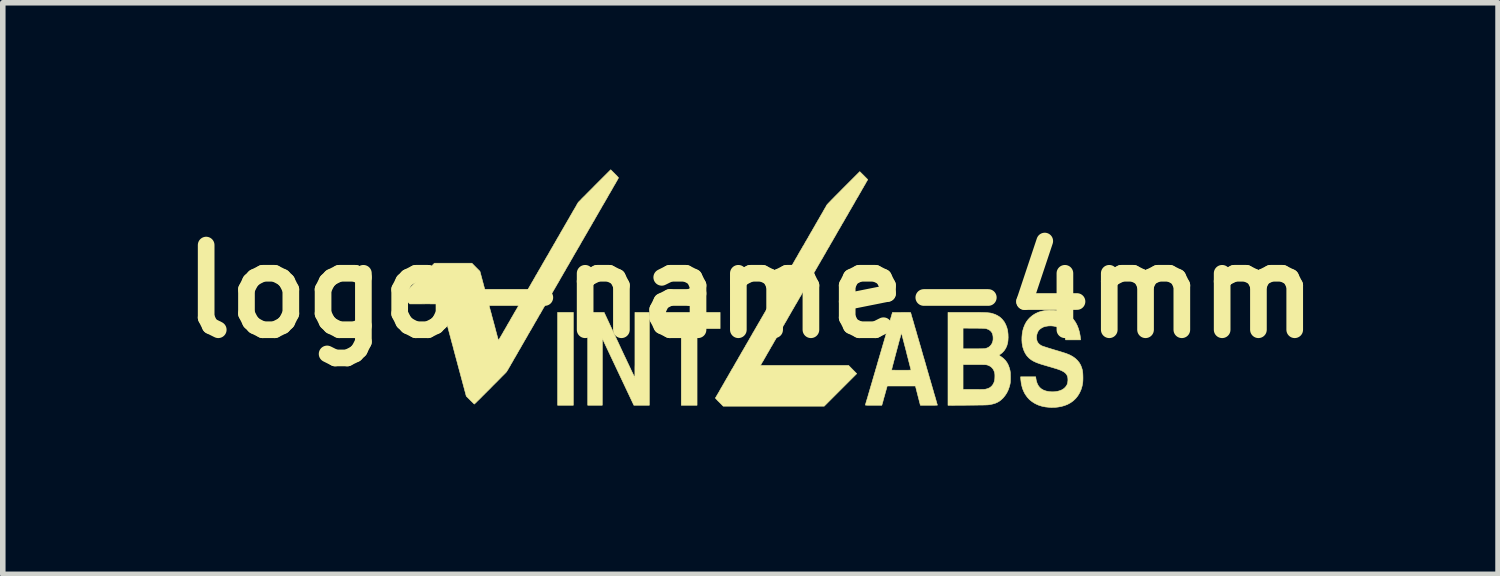
<source format=kicad_pcb>
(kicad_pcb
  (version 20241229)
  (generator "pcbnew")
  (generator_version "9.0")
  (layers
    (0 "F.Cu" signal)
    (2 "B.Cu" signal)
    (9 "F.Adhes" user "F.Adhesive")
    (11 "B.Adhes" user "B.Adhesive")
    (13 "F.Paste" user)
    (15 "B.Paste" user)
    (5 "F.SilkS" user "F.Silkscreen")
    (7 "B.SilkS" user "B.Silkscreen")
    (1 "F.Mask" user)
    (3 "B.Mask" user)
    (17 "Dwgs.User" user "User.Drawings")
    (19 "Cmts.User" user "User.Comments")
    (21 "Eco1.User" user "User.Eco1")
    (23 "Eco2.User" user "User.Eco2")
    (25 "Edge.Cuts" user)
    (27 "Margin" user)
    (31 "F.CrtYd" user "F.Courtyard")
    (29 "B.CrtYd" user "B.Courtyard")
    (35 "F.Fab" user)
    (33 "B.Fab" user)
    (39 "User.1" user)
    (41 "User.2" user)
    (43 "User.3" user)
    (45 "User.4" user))
  (footprint "logo-name-4mm"
    (layer "F.Cu")
    (at 10.458 2.196)
    (property "Reference" "logo-name-4mm" (at 0 0 0) (layer "F.SilkS") (effects (font (size 1.524 1.524) (thickness 0.3))))
    (attr through_hole)
    (fp_poly (pts (xy -3.188 2.049) (xy -3.471 2.049) (xy -3.471 0.377) (xy -3.188 0.377) (xy -3.188 2.049)) (stroke (width 0.01) (type solid)) (fill yes) (layer "F.SilkS"))
    (fp_poly (pts (xy -0.546 0.669) (xy -0.961 0.669) (xy -0.961 2.049) (xy -1.245 2.049) (xy -1.245 0.669) (xy -1.655 0.669) (xy -1.655 0.377) (xy -0.546 0.377) (xy -0.546 0.669)) (stroke (width 0.01) (type solid)) (fill yes) (layer "F.SilkS"))
    (fp_poly (pts (xy -2.36 0.963) (xy -2.329 1.03) (xy -2.299 1.094) (xy -2.27 1.156) (xy -2.242 1.214) (xy -2.216 1.27) (xy -2.191 1.322) (xy -2.169 1.369) (xy -2.149 1.412) (xy -2.131 1.45) (xy -2.115 1.482) (xy -2.102 1.509) (xy -2.093 1.529) (xy -2.086 1.542) (xy -2.082 1.549) (xy -2.082 1.549) (xy -2.082 1.545) (xy -2.081 1.533) (xy -2.081 1.513) (xy -2.08 1.487) (xy -2.08 1.454) (xy -2.08 1.414) (xy -2.08 1.369) (xy -2.079 1.32) (xy -2.079 1.265) (xy -2.079 1.206) (xy -2.079 1.144) (xy -2.079 1.078) (xy -2.079 1.01) (xy -2.079 0.963) (xy -2.079 0.377) (xy -1.82 0.377) (xy -1.82 2.049) (xy -2.098 2.049) (xy -2.665 0.848) (xy -2.666 1.449) (xy -2.667 2.049) (xy -2.929 2.049) (xy -2.929 0.377) (xy -2.634 0.377) (xy -2.36 0.963)) (stroke (width 0.01) (type solid)) (fill yes) (layer "F.SilkS"))
    (fp_poly (pts (xy 2.821 0.377) (xy 2.842 0.378) (xy 2.858 0.378) (xy 2.869 0.379) (xy 2.877 0.379) (xy 2.881 0.381) (xy 2.883 0.382) (xy 2.885 0.384) (xy 2.885 0.384) (xy 2.887 0.391) (xy 2.891 0.406) (xy 2.897 0.428) (xy 2.905 0.456) (xy 2.915 0.49) (xy 2.927 0.53) (xy 2.94 0.575) (xy 2.954 0.625) (xy 2.97 0.679) (xy 2.987 0.737) (xy 3.004 0.798) (xy 3.023 0.862) (xy 3.042 0.928) (xy 3.062 0.996) (xy 3.082 1.066) (xy 3.102 1.137) (xy 3.123 1.208) (xy 3.144 1.279) (xy 3.164 1.35) (xy 3.184 1.42) (xy 3.204 1.488) (xy 3.223 1.555) (xy 3.242 1.619) (xy 3.26 1.681) (xy 3.277 1.74) (xy 3.293 1.795) (xy 3.307 1.845) (xy 3.321 1.891) (xy 3.333 1.932) (xy 3.343 1.968) (xy 3.351 1.998) (xy 3.358 2.021) (xy 3.363 2.037) (xy 3.365 2.046) (xy 3.365 2.047) (xy 3.361 2.047) (xy 3.35 2.048) (xy 3.332 2.048) (xy 3.308 2.049) (xy 3.279 2.049) (xy 3.247 2.049) (xy 3.212 2.049) (xy 3.059 2.049) (xy 3.014 1.875) (xy 2.97 1.702) (xy 2.462 1.702) (xy 2.426 1.83) (xy 2.417 1.864) (xy 2.407 1.898) (xy 2.398 1.93) (xy 2.39 1.959) (xy 2.384 1.983) (xy 2.379 2) (xy 2.378 2.003) (xy 2.365 2.049) (xy 2.216 2.049) (xy 2.176 2.049) (xy 2.144 2.049) (xy 2.118 2.049) (xy 2.099 2.048) (xy 2.085 2.047) (xy 2.076 2.047) (xy 2.071 2.046) (xy 2.069 2.044) (xy 2.069 2.043) (xy 2.07 2.038) (xy 2.074 2.026) (xy 2.079 2.006) (xy 2.087 1.979) (xy 2.097 1.946) (xy 2.109 1.907) (xy 2.122 1.861) (xy 2.137 1.81) (xy 2.153 1.755) (xy 2.171 1.694) (xy 2.19 1.63) (xy 2.21 1.561) (xy 2.231 1.489) (xy 2.253 1.415) (xy 2.54 1.415) (xy 2.54 1.415) (xy 2.544 1.416) (xy 2.556 1.416) (xy 2.574 1.417) (xy 2.598 1.417) (xy 2.628 1.418) (xy 2.661 1.418) (xy 2.697 1.418) (xy 2.716 1.418) (xy 2.761 1.418) (xy 2.798 1.418) (xy 2.828 1.418) (xy 2.851 1.417) (xy 2.868 1.417) (xy 2.88 1.416) (xy 2.887 1.415) (xy 2.89 1.414) (xy 2.89 1.413) (xy 2.889 1.408) (xy 2.886 1.396) (xy 2.881 1.376) (xy 2.874 1.351) (xy 2.866 1.319) (xy 2.857 1.283) (xy 2.846 1.242) (xy 2.835 1.197) (xy 2.822 1.149) (xy 2.81 1.099) (xy 2.805 1.079) (xy 2.792 1.028) (xy 2.779 0.98) (xy 2.767 0.934) (xy 2.756 0.891) (xy 2.746 0.854) (xy 2.738 0.82) (xy 2.73 0.793) (xy 2.725 0.771) (xy 2.72 0.756) (xy 2.718 0.749) (xy 2.718 0.748) (xy 2.717 0.752) (xy 2.713 0.763) (xy 2.708 0.781) (xy 2.702 0.804) (xy 2.694 0.833) (xy 2.684 0.867) (xy 2.674 0.904) (xy 2.663 0.945) (xy 2.652 0.987) (xy 2.64 1.031) (xy 2.628 1.076) (xy 2.616 1.121) (xy 2.604 1.166) (xy 2.593 1.209) (xy 2.582 1.25) (xy 2.572 1.288) (xy 2.563 1.322) (xy 2.555 1.352) (xy 2.549 1.378) (xy 2.544 1.397) (xy 2.541 1.41) (xy 2.54 1.415) (xy 2.253 1.415) (xy 2.253 1.414) (xy 2.276 1.336) (xy 2.299 1.255) (xy 2.313 1.208) (xy 2.556 0.379) (xy 2.719 0.378) (xy 2.761 0.378) (xy 2.794 0.377) (xy 2.821 0.377)) (stroke (width 0.01) (type solid)) (fill yes) (layer "F.SilkS"))
    (fp_poly (pts (xy 3.877 0.377) (xy 3.946 0.377) (xy 4.007 0.377) (xy 4.062 0.377) (xy 4.109 0.378) (xy 4.15 0.378) (xy 4.186 0.379) (xy 4.217 0.38) (xy 4.244 0.381) (xy 4.267 0.383) (xy 4.288 0.385) (xy 4.305 0.387) (xy 4.321 0.389) (xy 4.335 0.392) (xy 4.349 0.396) (xy 4.349 0.396) (xy 4.403 0.413) (xy 4.453 0.438) (xy 4.497 0.468) (xy 4.535 0.505) (xy 4.568 0.547) (xy 4.594 0.595) (xy 4.615 0.648) (xy 4.63 0.706) (xy 4.637 0.768) (xy 4.639 0.834) (xy 4.638 0.84) (xy 4.637 0.865) (xy 4.635 0.89) (xy 4.632 0.913) (xy 4.629 0.929) (xy 4.615 0.979) (xy 4.594 1.025) (xy 4.566 1.067) (xy 4.533 1.103) (xy 4.494 1.132) (xy 4.493 1.134) (xy 4.482 1.141) (xy 4.476 1.146) (xy 4.475 1.148) (xy 4.478 1.151) (xy 4.487 1.157) (xy 4.5 1.167) (xy 4.513 1.175) (xy 4.554 1.206) (xy 4.589 1.241) (xy 4.618 1.281) (xy 4.642 1.326) (xy 4.661 1.379) (xy 4.671 1.416) (xy 4.674 1.43) (xy 4.676 1.445) (xy 4.678 1.46) (xy 4.679 1.479) (xy 4.679 1.502) (xy 4.68 1.531) (xy 4.68 1.545) (xy 4.68 1.579) (xy 4.679 1.606) (xy 4.678 1.629) (xy 4.676 1.649) (xy 4.673 1.667) (xy 4.668 1.687) (xy 4.662 1.709) (xy 4.658 1.723) (xy 4.639 1.776) (xy 4.614 1.827) (xy 4.583 1.874) (xy 4.549 1.916) (xy 4.511 1.952) (xy 4.481 1.975) (xy 4.445 1.996) (xy 4.406 2.013) (xy 4.362 2.026) (xy 4.313 2.036) (xy 4.28 2.041) (xy 4.267 2.042) (xy 4.246 2.043) (xy 4.216 2.044) (xy 4.179 2.045) (xy 4.135 2.045) (xy 4.083 2.046) (xy 4.024 2.047) (xy 3.958 2.047) (xy 3.898 2.048) (xy 3.556 2.05) (xy 3.556 1.317) (xy 3.827 1.317) (xy 3.827 1.765) (xy 4.014 1.765) (xy 4.065 1.765) (xy 4.108 1.765) (xy 4.144 1.764) (xy 4.173 1.764) (xy 4.196 1.763) (xy 4.214 1.762) (xy 4.228 1.76) (xy 4.234 1.759) (xy 4.274 1.748) (xy 4.31 1.731) (xy 4.34 1.707) (xy 4.364 1.677) (xy 4.383 1.64) (xy 4.393 1.609) (xy 4.397 1.588) (xy 4.399 1.561) (xy 4.4 1.532) (xy 4.4 1.504) (xy 4.398 1.479) (xy 4.395 1.46) (xy 4.381 1.422) (xy 4.361 1.388) (xy 4.335 1.361) (xy 4.303 1.34) (xy 4.267 1.325) (xy 4.261 1.323) (xy 4.254 1.322) (xy 4.245 1.32) (xy 4.233 1.319) (xy 4.218 1.318) (xy 4.198 1.318) (xy 4.174 1.317) (xy 4.144 1.317) (xy 4.108 1.317) (xy 4.064 1.317) (xy 4.031 1.317) (xy 3.827 1.317) (xy 3.556 1.317) (xy 3.556 1.033) (xy 3.827 1.033) (xy 4.015 1.033) (xy 4.07 1.033) (xy 4.116 1.032) (xy 4.155 1.032) (xy 4.186 1.031) (xy 4.208 1.03) (xy 4.223 1.029) (xy 4.226 1.028) (xy 4.264 1.016) (xy 4.297 0.998) (xy 4.324 0.973) (xy 4.345 0.943) (xy 4.36 0.907) (xy 4.365 0.886) (xy 4.368 0.862) (xy 4.368 0.833) (xy 4.366 0.804) (xy 4.361 0.778) (xy 4.356 0.761) (xy 4.341 0.732) (xy 4.318 0.707) (xy 4.29 0.687) (xy 4.254 0.673) (xy 4.246 0.67) (xy 4.238 0.669) (xy 4.229 0.667) (xy 4.218 0.666) (xy 4.203 0.665) (xy 4.185 0.664) (xy 4.162 0.663) (xy 4.134 0.663) (xy 4.099 0.662) (xy 4.057 0.662) (xy 4.023 0.662) (xy 3.827 0.66) (xy 3.827 1.033) (xy 3.556 1.033) (xy 3.556 0.377) (xy 3.877 0.377)) (stroke (width 0.01) (type solid)) (fill yes) (layer "F.SilkS"))
    (fp_poly (pts (xy 5.45 0.339) (xy 5.456 0.339) (xy 5.525 0.347) (xy 5.59 0.361) (xy 5.649 0.382) (xy 5.704 0.41) (xy 5.753 0.445) (xy 5.79 0.479) (xy 5.81 0.5) (xy 5.826 0.519) (xy 5.84 0.538) (xy 5.854 0.56) (xy 5.862 0.574) (xy 5.885 0.62) (xy 5.905 0.673) (xy 5.922 0.731) (xy 5.934 0.792) (xy 5.941 0.848) (xy 5.943 0.872) (xy 5.673 0.872) (xy 5.67 0.856) (xy 5.659 0.804) (xy 5.644 0.759) (xy 5.624 0.721) (xy 5.599 0.689) (xy 5.569 0.664) (xy 5.534 0.644) (xy 5.493 0.631) (xy 5.46 0.624) (xy 5.409 0.619) (xy 5.361 0.621) (xy 5.316 0.628) (xy 5.274 0.64) (xy 5.238 0.659) (xy 5.207 0.682) (xy 5.204 0.684) (xy 5.181 0.712) (xy 5.165 0.745) (xy 5.154 0.781) (xy 5.149 0.819) (xy 5.151 0.857) (xy 5.16 0.894) (xy 5.165 0.906) (xy 5.179 0.928) (xy 5.199 0.949) (xy 5.224 0.968) (xy 5.246 0.98) (xy 5.257 0.984) (xy 5.274 0.99) (xy 5.298 0.998) (xy 5.327 1.007) (xy 5.36 1.018) (xy 5.396 1.029) (xy 5.435 1.041) (xy 5.465 1.05) (xy 5.505 1.062) (xy 5.543 1.073) (xy 5.579 1.084) (xy 5.611 1.094) (xy 5.639 1.103) (xy 5.662 1.11) (xy 5.678 1.115) (xy 5.686 1.118) (xy 5.747 1.143) (xy 5.801 1.172) (xy 5.847 1.205) (xy 5.886 1.242) (xy 5.919 1.283) (xy 5.945 1.328) (xy 5.964 1.379) (xy 5.974 1.413) (xy 5.978 1.438) (xy 5.982 1.468) (xy 5.984 1.503) (xy 5.985 1.54) (xy 5.985 1.576) (xy 5.984 1.609) (xy 5.982 1.637) (xy 5.982 1.637) (xy 5.97 1.704) (xy 5.951 1.767) (xy 5.925 1.825) (xy 5.893 1.878) (xy 5.855 1.926) (xy 5.811 1.968) (xy 5.761 2.004) (xy 5.706 2.034) (xy 5.647 2.056) (xy 5.593 2.071) (xy 5.537 2.081) (xy 5.479 2.087) (xy 5.417 2.088) (xy 5.381 2.086) (xy 5.31 2.079) (xy 5.243 2.065) (xy 5.181 2.045) (xy 5.123 2.018) (xy 5.071 1.985) (xy 5.023 1.947) (xy 4.982 1.902) (xy 4.947 1.852) (xy 4.939 1.839) (xy 4.917 1.795) (xy 4.898 1.749) (xy 4.885 1.701) (xy 4.874 1.649) (xy 4.867 1.591) (xy 4.866 1.574) (xy 4.863 1.537) (xy 5.135 1.537) (xy 5.137 1.557) (xy 5.146 1.609) (xy 5.161 1.655) (xy 5.181 1.695) (xy 5.207 1.728) (xy 5.238 1.755) (xy 5.275 1.776) (xy 5.319 1.792) (xy 5.369 1.802) (xy 5.381 1.804) (xy 5.433 1.807) (xy 5.483 1.805) (xy 5.531 1.797) (xy 5.574 1.785) (xy 5.613 1.768) (xy 5.645 1.746) (xy 5.652 1.74) (xy 5.678 1.712) (xy 5.697 1.683) (xy 5.709 1.65) (xy 5.714 1.612) (xy 5.715 1.591) (xy 5.713 1.554) (xy 5.705 1.523) (xy 5.691 1.495) (xy 5.671 1.471) (xy 5.644 1.45) (xy 5.609 1.43) (xy 5.607 1.429) (xy 5.592 1.422) (xy 5.575 1.415) (xy 5.556 1.408) (xy 5.534 1.4) (xy 5.508 1.391) (xy 5.477 1.382) (xy 5.441 1.371) (xy 5.397 1.358) (xy 5.369 1.35) (xy 5.318 1.335) (xy 5.274 1.322) (xy 5.236 1.311) (xy 5.204 1.3) (xy 5.176 1.29) (xy 5.151 1.281) (xy 5.129 1.271) (xy 5.108 1.261) (xy 5.104 1.26) (xy 5.055 1.231) (xy 5.013 1.198) (xy 4.976 1.158) (xy 4.946 1.113) (xy 4.922 1.062) (xy 4.903 1.005) (xy 4.891 0.942) (xy 4.889 0.927) (xy 4.886 0.875) (xy 4.887 0.82) (xy 4.892 0.765) (xy 4.901 0.711) (xy 4.914 0.663) (xy 4.915 0.659) (xy 4.938 0.602) (xy 4.965 0.551) (xy 4.998 0.506) (xy 5.03 0.472) (xy 5.076 0.433) (xy 5.126 0.401) (xy 5.181 0.375) (xy 5.241 0.356) (xy 5.305 0.344) (xy 5.375 0.338) (xy 5.45 0.339)) (stroke (width 0.01) (type solid)) (fill yes) (layer "F.SilkS"))
    (fp_poly (pts (xy -2.445 -2.121) (xy -2.425 -2.101) (xy -2.407 -2.083) (xy -2.393 -2.067) (xy -2.382 -2.055) (xy -2.376 -2.048) (xy -2.375 -2.046) (xy -2.377 -2.041) (xy -2.383 -2.03) (xy -2.391 -2.015) (xy -2.401 -1.997) (xy -2.402 -1.995) (xy -2.413 -1.977) (xy -2.421 -1.962) (xy -2.427 -1.951) (xy -2.43 -1.946) (xy -2.43 -1.946) (xy -2.432 -1.942) (xy -2.438 -1.932) (xy -2.445 -1.921) (xy -2.452 -1.909) (xy -2.458 -1.9) (xy -2.46 -1.896) (xy -2.462 -1.891) (xy -2.467 -1.882) (xy -2.474 -1.871) (xy -2.482 -1.858) (xy -2.487 -1.849) (xy -2.489 -1.844) (xy -2.491 -1.839) (xy -2.497 -1.83) (xy -2.497 -1.829) (xy -2.503 -1.82) (xy -2.511 -1.806) (xy -2.52 -1.791) (xy -2.521 -1.789) (xy -2.529 -1.774) (xy -2.537 -1.761) (xy -2.542 -1.753) (xy -2.543 -1.752) (xy -2.547 -1.746) (xy -2.548 -1.743) (xy -2.551 -1.739) (xy -2.556 -1.728) (xy -2.565 -1.713) (xy -2.575 -1.694) (xy -2.584 -1.679) (xy -2.596 -1.658) (xy -2.607 -1.641) (xy -2.614 -1.627) (xy -2.619 -1.618) (xy -2.62 -1.616) (xy -2.623 -1.611) (xy -2.628 -1.602) (xy -2.635 -1.591) (xy -2.643 -1.579) (xy -2.648 -1.57) (xy -2.65 -1.566) (xy -2.652 -1.561) (xy -2.658 -1.551) (xy -2.665 -1.54) (xy -2.673 -1.528) (xy -2.678 -1.519) (xy -2.68 -1.514) (xy -2.682 -1.508) (xy -2.687 -1.5) (xy -2.688 -1.499) (xy -2.694 -1.489) (xy -2.703 -1.475) (xy -2.706 -1.469) (xy -2.714 -1.454) (xy -2.723 -1.44) (xy -2.726 -1.435) (xy -2.732 -1.424) (xy -2.737 -1.415) (xy -2.738 -1.414) (xy -2.741 -1.408) (xy -2.747 -1.397) (xy -2.757 -1.381) (xy -2.768 -1.361) (xy -2.776 -1.347) (xy -2.788 -1.327) (xy -2.798 -1.31) (xy -2.805 -1.296) (xy -2.81 -1.288) (xy -2.811 -1.285) (xy -2.813 -1.281) (xy -2.819 -1.272) (xy -2.826 -1.261) (xy -2.833 -1.249) (xy -2.839 -1.24) (xy -2.841 -1.236) (xy -2.843 -1.231) (xy -2.848 -1.221) (xy -2.855 -1.21) (xy -2.863 -1.198) (xy -2.868 -1.188) (xy -2.87 -1.184) (xy -2.872 -1.178) (xy -2.878 -1.169) (xy -2.878 -1.169) (xy -2.885 -1.158) (xy -2.893 -1.145) (xy -2.897 -1.139) (xy -2.905 -1.124) (xy -2.913 -1.109) (xy -2.916 -1.105) (xy -2.923 -1.094) (xy -2.927 -1.085) (xy -2.928 -1.084) (xy -2.932 -1.077) (xy -2.938 -1.066) (xy -2.947 -1.051) (xy -2.95 -1.046) (xy -2.96 -1.029) (xy -2.969 -1.013) (xy -2.976 -1.001) (xy -2.977 -0.999) (xy -2.985 -0.986) (xy -2.993 -0.973) (xy -2.993 -0.972) (xy -3 -0.96) (xy -3.008 -0.946) (xy -3.012 -0.938) (xy -3.02 -0.925) (xy -3.026 -0.914) (xy -3.029 -0.91) (xy -3.034 -0.903) (xy -3.035 -0.9) (xy -3.037 -0.896) (xy -3.043 -0.886) (xy -3.051 -0.872) (xy -3.056 -0.862) (xy -3.065 -0.846) (xy -3.073 -0.834) (xy -3.077 -0.826) (xy -3.078 -0.824) (xy -3.08 -0.82) (xy -3.085 -0.81) (xy -3.092 -0.8) (xy -3.1 -0.787) (xy -3.105 -0.778) (xy -3.107 -0.774) (xy -3.109 -0.769) (xy -3.115 -0.76) (xy -3.122 -0.749) (xy -3.13 -0.736) (xy -3.135 -0.727) (xy -3.137 -0.722) (xy -3.139 -0.716) (xy -3.143 -0.712) (xy -3.148 -0.704) (xy -3.155 -0.693) (xy -3.162 -0.679) (xy -3.17 -0.666) (xy -3.176 -0.655) (xy -3.179 -0.65) (xy -3.183 -0.644) (xy -3.189 -0.633) (xy -3.197 -0.619) (xy -3.198 -0.616) (xy -3.207 -0.601) (xy -3.214 -0.588) (xy -3.219 -0.58) (xy -3.22 -0.58) (xy -3.225 -0.573) (xy -3.226 -0.57) (xy -3.228 -0.566) (xy -3.233 -0.556) (xy -3.241 -0.542) (xy -3.247 -0.532) (xy -3.256 -0.516) (xy -3.263 -0.504) (xy -3.267 -0.496) (xy -3.268 -0.494) (xy -3.27 -0.49) (xy -3.276 -0.48) (xy -3.283 -0.469) (xy -3.291 -0.457) (xy -3.296 -0.448) (xy -3.298 -0.444) (xy -3.3 -0.439) (xy -3.306 -0.43) (xy -3.313 -0.419) (xy -3.32 -0.406) (xy -3.326 -0.397) (xy -3.327 -0.392) (xy -3.33 -0.386) (xy -3.333 -0.381) (xy -3.338 -0.374) (xy -3.345 -0.362) (xy -3.353 -0.349) (xy -3.36 -0.336) (xy -3.366 -0.325) (xy -3.37 -0.32) (xy -3.373 -0.314) (xy -3.379 -0.303) (xy -3.387 -0.289) (xy -3.389 -0.286) (xy -3.397 -0.271) (xy -3.405 -0.258) (xy -3.41 -0.25) (xy -3.411 -0.249) (xy -3.415 -0.243) (xy -3.416 -0.24) (xy -3.418 -0.235) (xy -3.424 -0.225) (xy -3.432 -0.211) (xy -3.437 -0.201) (xy -3.446 -0.186) (xy -3.454 -0.174) (xy -3.458 -0.166) (xy -3.459 -0.164) (xy -3.461 -0.159) (xy -3.466 -0.15) (xy -3.473 -0.139) (xy -3.481 -0.127) (xy -3.486 -0.118) (xy -3.488 -0.114) (xy -3.49 -0.109) (xy -3.496 -0.099) (xy -3.503 -0.088) (xy -3.511 -0.076) (xy -3.516 -0.066) (xy -3.518 -0.062) (xy -3.52 -0.056) (xy -3.524 -0.051) (xy -3.529 -0.044) (xy -3.536 -0.032) (xy -3.543 -0.019) (xy -3.551 -0.006) (xy -3.557 0.005) (xy -3.56 0.011) (xy -3.564 0.016) (xy -3.57 0.027) (xy -3.578 0.041) (xy -3.579 0.044) (xy -3.588 0.059) (xy -3.595 0.072) (xy -3.6 0.08) (xy -3.601 0.081) (xy -3.606 0.087) (xy -3.607 0.09) (xy -3.609 0.095) (xy -3.614 0.105) (xy -3.622 0.119) (xy -3.628 0.129) (xy -3.637 0.144) (xy -3.644 0.157) (xy -3.648 0.165) (xy -3.649 0.167) (xy -3.651 0.171) (xy -3.657 0.18) (xy -3.664 0.191) (xy -3.672 0.203) (xy -3.677 0.212) (xy -3.679 0.216) (xy -3.681 0.221) (xy -3.687 0.231) (xy -3.694 0.242) (xy -3.701 0.254) (xy -3.707 0.264) (xy -3.708 0.268) (xy -3.711 0.275) (xy -3.714 0.279) (xy -3.719 0.286) (xy -3.726 0.298) (xy -3.734 0.311) (xy -3.741 0.325) (xy -3.747 0.335) (xy -3.751 0.341) (xy -3.754 0.346) (xy -3.76 0.357) (xy -3.768 0.371) (xy -3.77 0.375) (xy -3.778 0.39) (xy -3.785 0.402) (xy -3.79 0.41) (xy -3.791 0.411) (xy -3.796 0.418) (xy -3.803 0.429) (xy -3.81 0.442) (xy -3.817 0.456) (xy -3.823 0.467) (xy -3.827 0.472) (xy -3.83 0.478) (xy -3.837 0.488) (xy -3.844 0.503) (xy -3.846 0.506) (xy -3.854 0.521) (xy -3.862 0.534) (xy -3.867 0.541) (xy -3.868 0.542) (xy -3.872 0.549) (xy -3.873 0.552) (xy -3.876 0.556) (xy -3.881 0.566) (xy -3.89 0.581) (xy -3.9 0.6) (xy -3.909 0.616) (xy -3.921 0.636) (xy -3.932 0.654) (xy -3.939 0.668) (xy -3.944 0.676) (xy -3.945 0.679) (xy -3.948 0.683) (xy -3.953 0.692) (xy -3.96 0.703) (xy -3.968 0.715) (xy -3.973 0.725) (xy -3.975 0.729) (xy -3.977 0.734) (xy -3.983 0.743) (xy -3.99 0.754) (xy -3.998 0.766) (xy -4.003 0.776) (xy -4.005 0.78) (xy -4.007 0.786) (xy -4.012 0.795) (xy -4.013 0.795) (xy -4.018 0.804) (xy -4.027 0.818) (xy -4.035 0.834) (xy -4.037 0.836) (xy -4.045 0.851) (xy -4.052 0.864) (xy -4.058 0.872) (xy -4.058 0.872) (xy -4.063 0.879) (xy -4.064 0.882) (xy -4.066 0.886) (xy -4.072 0.896) (xy -4.08 0.912) (xy -4.091 0.93) (xy -4.1 0.946) (xy -4.112 0.966) (xy -4.122 0.984) (xy -4.13 0.998) (xy -4.135 1.007) (xy -4.136 1.009) (xy -4.138 1.013) (xy -4.144 1.023) (xy -4.151 1.034) (xy -4.158 1.046) (xy -4.164 1.055) (xy -4.166 1.059) (xy -4.168 1.064) (xy -4.173 1.073) (xy -4.18 1.084) (xy -4.188 1.097) (xy -4.193 1.106) (xy -4.195 1.11) (xy -4.197 1.116) (xy -4.203 1.125) (xy -4.203 1.125) (xy -4.209 1.135) (xy -4.217 1.149) (xy -4.226 1.164) (xy -4.227 1.166) (xy -4.235 1.181) (xy -4.243 1.194) (xy -4.248 1.202) (xy -4.249 1.203) (xy -4.253 1.209) (xy -4.255 1.212) (xy -4.257 1.216) (xy -4.262 1.227) (xy -4.271 1.242) (xy -4.281 1.26) (xy -4.29 1.276) (xy -4.302 1.296) (xy -4.313 1.314) (xy -4.32 1.328) (xy -4.325 1.337) (xy -4.326 1.339) (xy -4.329 1.344) (xy -4.334 1.353) (xy -4.341 1.364) (xy -4.349 1.376) (xy -4.354 1.385) (xy -4.356 1.389) (xy -4.358 1.394) (xy -4.364 1.404) (xy -4.371 1.415) (xy -4.379 1.427) (xy -4.384 1.437) (xy -4.386 1.441) (xy -4.389 1.445) (xy -4.397 1.454) (xy -4.41 1.468) (xy -4.428 1.486) (xy -4.45 1.508) (xy -4.476 1.534) (xy -4.504 1.563) (xy -4.535 1.594) (xy -4.568 1.628) (xy -4.603 1.662) (xy -4.639 1.698) (xy -4.675 1.735) (xy -4.711 1.771) (xy -4.747 1.807) (xy -4.781 1.841) (xy -4.815 1.875) (xy -4.846 1.906) (xy -4.875 1.935) (xy -4.901 1.961) (xy -4.924 1.983) (xy -4.942 2.002) (xy -4.957 2.015) (xy -4.966 2.024) (xy -4.97 2.028) (xy -4.97 2.028) (xy -4.973 2.025) (xy -4.982 2.017) (xy -4.995 2.004) (xy -5.011 1.988) (xy -5.03 1.97) (xy -5.044 1.956) (xy -5.115 1.885) (xy -5.337 1.058) (xy -5.358 0.976) (xy -5.38 0.897) (xy -5.4 0.82) (xy -5.42 0.746) (xy -5.439 0.675) (xy -5.457 0.608) (xy -5.474 0.545) (xy -5.489 0.487) (xy -5.504 0.434) (xy -5.516 0.385) (xy -5.528 0.343) (xy -5.538 0.306) (xy -5.545 0.276) (xy -5.552 0.253) (xy -5.556 0.237) (xy -5.558 0.229) (xy -5.558 0.227) (xy -5.562 0.227) (xy -5.574 0.226) (xy -5.593 0.226) (xy -5.619 0.226) (xy -5.65 0.225) (xy -5.686 0.225) (xy -5.726 0.225) (xy -5.771 0.224) (xy -5.818 0.224) (xy -5.845 0.224) (xy -6.132 0.225) (xy -6.276 0.08) (xy -5.982 -0.214) (xy -5.688 -0.508) (xy -5.014 -0.508) (xy -4.942 -0.435) (xy -4.869 -0.362) (xy -4.705 0.252) (xy -4.687 0.322) (xy -4.668 0.39) (xy -4.651 0.456) (xy -4.634 0.518) (xy -4.618 0.577) (xy -4.603 0.632) (xy -4.59 0.683) (xy -4.578 0.728) (xy -4.567 0.769) (xy -4.558 0.803) (xy -4.55 0.831) (xy -4.544 0.853) (xy -4.54 0.867) (xy -4.538 0.874) (xy -4.538 0.874) (xy -4.536 0.877) (xy -4.533 0.875) (xy -4.527 0.867) (xy -4.519 0.853) (xy -4.517 0.851) (xy -4.508 0.834) (xy -4.495 0.813) (xy -4.482 0.791) (xy -4.47 0.77) (xy -4.459 0.751) (xy -4.45 0.736) (xy -4.444 0.725) (xy -4.441 0.719) (xy -4.441 0.718) (xy -4.439 0.714) (xy -4.433 0.705) (xy -4.426 0.694) (xy -4.418 0.682) (xy -4.413 0.672) (xy -4.411 0.668) (xy -4.409 0.663) (xy -4.403 0.654) (xy -4.396 0.643) (xy -4.389 0.631) (xy -4.383 0.621) (xy -4.382 0.617) (xy -4.379 0.611) (xy -4.374 0.602) (xy -4.374 0.602) (xy -4.367 0.591) (xy -4.359 0.577) (xy -4.355 0.572) (xy -4.347 0.557) (xy -4.338 0.542) (xy -4.336 0.538) (xy -4.329 0.527) (xy -4.324 0.518) (xy -4.324 0.516) (xy -4.321 0.511) (xy -4.314 0.499) (xy -4.305 0.483) (xy -4.294 0.464) (xy -4.285 0.45) (xy -4.274 0.43) (xy -4.264 0.412) (xy -4.256 0.399) (xy -4.251 0.39) (xy -4.25 0.388) (xy -4.248 0.384) (xy -4.243 0.374) (xy -4.235 0.363) (xy -4.228 0.351) (xy -4.222 0.342) (xy -4.221 0.338) (xy -4.218 0.333) (xy -4.213 0.324) (xy -4.206 0.313) (xy -4.198 0.301) (xy -4.193 0.291) (xy -4.191 0.287) (xy -4.189 0.282) (xy -4.183 0.272) (xy -4.176 0.261) (xy -4.169 0.248) (xy -4.163 0.239) (xy -4.161 0.235) (xy -4.159 0.23) (xy -4.154 0.221) (xy -4.153 0.221) (xy -4.148 0.212) (xy -4.139 0.198) (xy -4.131 0.182) (xy -4.13 0.18) (xy -4.121 0.165) (xy -4.114 0.152) (xy -4.108 0.144) (xy -4.108 0.144) (xy -4.103 0.137) (xy -4.102 0.134) (xy -4.1 0.13) (xy -4.095 0.119) (xy -4.087 0.106) (xy -4.081 0.096) (xy -4.072 0.08) (xy -4.065 0.068) (xy -4.061 0.06) (xy -4.06 0.058) (xy -4.058 0.053) (xy -4.052 0.044) (xy -4.045 0.033) (xy -4.037 0.021) (xy -4.032 0.012) (xy -4.03 0.008) (xy -4.028 0.003) (xy -4.022 -0.007) (xy -4.015 -0.018) (xy -4.008 -0.03) (xy -4.002 -0.039) (xy -4 -0.044) (xy -3.998 -0.05) (xy -3.995 -0.055) (xy -3.99 -0.062) (xy -3.983 -0.074) (xy -3.975 -0.087) (xy -3.968 -0.1) (xy -3.962 -0.111) (xy -3.958 -0.116) (xy -3.955 -0.122) (xy -3.949 -0.133) (xy -3.941 -0.147) (xy -3.939 -0.15) (xy -3.931 -0.165) (xy -3.923 -0.178) (xy -3.918 -0.186) (xy -3.917 -0.187) (xy -3.913 -0.193) (xy -3.912 -0.196) (xy -3.91 -0.201) (xy -3.904 -0.211) (xy -3.896 -0.225) (xy -3.89 -0.235) (xy -3.881 -0.25) (xy -3.874 -0.262) (xy -3.87 -0.27) (xy -3.869 -0.272) (xy -3.867 -0.277) (xy -3.862 -0.286) (xy -3.854 -0.297) (xy -3.847 -0.309) (xy -3.841 -0.318) (xy -3.84 -0.322) (xy -3.837 -0.327) (xy -3.832 -0.337) (xy -3.825 -0.348) (xy -3.817 -0.36) (xy -3.812 -0.37) (xy -3.81 -0.374) (xy -3.807 -0.38) (xy -3.804 -0.385) (xy -3.799 -0.392) (xy -3.792 -0.404) (xy -3.785 -0.417) (xy -3.777 -0.43) (xy -3.771 -0.441) (xy -3.768 -0.447) (xy -3.764 -0.452) (xy -3.758 -0.463) (xy -3.75 -0.477) (xy -3.749 -0.48) (xy -3.74 -0.495) (xy -3.733 -0.508) (xy -3.727 -0.516) (xy -3.727 -0.517) (xy -3.722 -0.523) (xy -3.721 -0.526) (xy -3.719 -0.531) (xy -3.714 -0.541) (xy -3.706 -0.555) (xy -3.701 -0.562) (xy -3.691 -0.58) (xy -3.68 -0.599) (xy -3.671 -0.615) (xy -3.669 -0.618) (xy -3.661 -0.632) (xy -3.654 -0.643) (xy -3.651 -0.648) (xy -3.646 -0.655) (xy -3.645 -0.657) (xy -3.643 -0.662) (xy -3.637 -0.672) (xy -3.629 -0.686) (xy -3.624 -0.696) (xy -3.615 -0.711) (xy -3.608 -0.724) (xy -3.603 -0.732) (xy -3.603 -0.734) (xy -3.6 -0.738) (xy -3.595 -0.747) (xy -3.588 -0.758) (xy -3.58 -0.77) (xy -3.575 -0.78) (xy -3.573 -0.784) (xy -3.571 -0.789) (xy -3.565 -0.798) (xy -3.558 -0.809) (xy -3.55 -0.821) (xy -3.545 -0.831) (xy -3.543 -0.836) (xy -3.541 -0.842) (xy -3.538 -0.846) (xy -3.533 -0.853) (xy -3.525 -0.865) (xy -3.518 -0.878) (xy -3.511 -0.892) (xy -3.505 -0.903) (xy -3.501 -0.908) (xy -3.498 -0.914) (xy -3.491 -0.925) (xy -3.484 -0.939) (xy -3.482 -0.942) (xy -3.474 -0.957) (xy -3.466 -0.97) (xy -3.461 -0.977) (xy -3.46 -0.978) (xy -3.455 -0.985) (xy -3.454 -0.988) (xy -3.452 -0.992) (xy -3.447 -1.002) (xy -3.439 -1.016) (xy -3.433 -1.026) (xy -3.424 -1.042) (xy -3.417 -1.054) (xy -3.413 -1.062) (xy -3.412 -1.064) (xy -3.41 -1.068) (xy -3.404 -1.078) (xy -3.397 -1.089) (xy -3.39 -1.101) (xy -3.384 -1.11) (xy -3.382 -1.114) (xy -3.38 -1.119) (xy -3.375 -1.128) (xy -3.368 -1.139) (xy -3.36 -1.152) (xy -3.355 -1.161) (xy -3.353 -1.166) (xy -3.35 -1.172) (xy -3.347 -1.177) (xy -3.342 -1.184) (xy -3.335 -1.196) (xy -3.328 -1.209) (xy -3.32 -1.222) (xy -3.314 -1.233) (xy -3.311 -1.238) (xy -3.307 -1.244) (xy -3.301 -1.255) (xy -3.293 -1.269) (xy -3.291 -1.272) (xy -3.283 -1.287) (xy -3.276 -1.3) (xy -3.27 -1.308) (xy -3.27 -1.308) (xy -3.265 -1.315) (xy -3.264 -1.318) (xy -3.262 -1.322) (xy -3.256 -1.332) (xy -3.248 -1.348) (xy -3.237 -1.366) (xy -3.228 -1.382) (xy -3.216 -1.402) (xy -3.206 -1.42) (xy -3.198 -1.434) (xy -3.193 -1.443) (xy -3.192 -1.445) (xy -3.19 -1.449) (xy -3.184 -1.459) (xy -3.177 -1.47) (xy -3.169 -1.482) (xy -3.164 -1.491) (xy -3.162 -1.495) (xy -3.16 -1.5) (xy -3.154 -1.509) (xy -3.147 -1.52) (xy -3.14 -1.533) (xy -3.134 -1.542) (xy -3.133 -1.546) (xy -3.131 -1.551) (xy -3.125 -1.561) (xy -3.118 -1.572) (xy -3.11 -1.585) (xy -3.105 -1.594) (xy -3.103 -1.599) (xy -3.1 -1.602) (xy -3.092 -1.611) (xy -3.078 -1.625) (xy -3.059 -1.644) (xy -3.037 -1.668) (xy -3.01 -1.695) (xy -2.979 -1.725) (xy -2.946 -1.759) (xy -2.909 -1.796) (xy -2.871 -1.834) (xy -2.83 -1.875) (xy -2.809 -1.897) (xy -2.515 -2.191) (xy -2.445 -2.121)) (stroke (width 0.01) (type solid)) (fill yes) (layer "F.SilkS"))
    (fp_poly (pts (xy 2.04 -2.086) (xy 2.111 -2.014) (xy 2.104 -2.001) (xy 2.098 -1.989) (xy 2.089 -1.975) (xy 2.086 -1.969) (xy 2.078 -1.957) (xy 2.073 -1.947) (xy 2.071 -1.944) (xy 2.067 -1.935) (xy 2.062 -1.926) (xy 2.056 -1.917) (xy 2.048 -1.904) (xy 2.039 -1.888) (xy 2.038 -1.886) (xy 2.03 -1.871) (xy 2.022 -1.858) (xy 2.017 -1.85) (xy 2.017 -1.85) (xy 2.012 -1.843) (xy 2.011 -1.84) (xy 2.009 -1.836) (xy 2.003 -1.826) (xy 1.995 -1.81) (xy 1.984 -1.792) (xy 1.975 -1.776) (xy 1.963 -1.756) (xy 1.953 -1.738) (xy 1.945 -1.724) (xy 1.94 -1.715) (xy 1.939 -1.713) (xy 1.937 -1.709) (xy 1.931 -1.699) (xy 1.924 -1.689) (xy 1.916 -1.676) (xy 1.911 -1.667) (xy 1.909 -1.663) (xy 1.907 -1.658) (xy 1.901 -1.649) (xy 1.894 -1.638) (xy 1.887 -1.625) (xy 1.881 -1.616) (xy 1.88 -1.612) (xy 1.877 -1.606) (xy 1.872 -1.597) (xy 1.872 -1.597) (xy 1.866 -1.587) (xy 1.858 -1.574) (xy 1.849 -1.558) (xy 1.848 -1.556) (xy 1.839 -1.541) (xy 1.832 -1.528) (xy 1.827 -1.52) (xy 1.826 -1.519) (xy 1.821 -1.513) (xy 1.82 -1.51) (xy 1.818 -1.506) (xy 1.813 -1.495) (xy 1.804 -1.48) (xy 1.793 -1.462) (xy 1.784 -1.446) (xy 1.772 -1.426) (xy 1.762 -1.408) (xy 1.754 -1.393) (xy 1.75 -1.384) (xy 1.748 -1.382) (xy 1.746 -1.376) (xy 1.742 -1.372) (xy 1.737 -1.365) (xy 1.73 -1.353) (xy 1.724 -1.343) (xy 1.717 -1.329) (xy 1.706 -1.311) (xy 1.695 -1.292) (xy 1.692 -1.287) (xy 1.684 -1.272) (xy 1.677 -1.26) (xy 1.673 -1.253) (xy 1.672 -1.251) (xy 1.67 -1.247) (xy 1.664 -1.238) (xy 1.657 -1.227) (xy 1.65 -1.215) (xy 1.644 -1.206) (xy 1.643 -1.202) (xy 1.64 -1.197) (xy 1.635 -1.187) (xy 1.628 -1.176) (xy 1.62 -1.164) (xy 1.615 -1.154) (xy 1.613 -1.15) (xy 1.611 -1.144) (xy 1.605 -1.136) (xy 1.605 -1.135) (xy 1.598 -1.125) (xy 1.59 -1.111) (xy 1.587 -1.105) (xy 1.578 -1.09) (xy 1.57 -1.076) (xy 1.567 -1.071) (xy 1.56 -1.06) (xy 1.556 -1.051) (xy 1.555 -1.05) (xy 1.552 -1.044) (xy 1.545 -1.033) (xy 1.536 -1.016) (xy 1.525 -0.997) (xy 1.517 -0.983) (xy 1.505 -0.963) (xy 1.495 -0.946) (xy 1.487 -0.932) (xy 1.483 -0.923) (xy 1.482 -0.921) (xy 1.48 -0.917) (xy 1.474 -0.908) (xy 1.467 -0.897) (xy 1.459 -0.885) (xy 1.454 -0.876) (xy 1.452 -0.871) (xy 1.45 -0.867) (xy 1.444 -0.857) (xy 1.437 -0.846) (xy 1.43 -0.834) (xy 1.424 -0.824) (xy 1.422 -0.82) (xy 1.42 -0.814) (xy 1.415 -0.805) (xy 1.415 -0.805) (xy 1.408 -0.794) (xy 1.399 -0.781) (xy 1.396 -0.775) (xy 1.388 -0.76) (xy 1.379 -0.745) (xy 1.376 -0.741) (xy 1.37 -0.73) (xy 1.365 -0.721) (xy 1.364 -0.72) (xy 1.361 -0.714) (xy 1.355 -0.702) (xy 1.346 -0.686) (xy 1.334 -0.667) (xy 1.326 -0.653) (xy 1.315 -0.633) (xy 1.305 -0.615) (xy 1.297 -0.602) (xy 1.292 -0.593) (xy 1.291 -0.591) (xy 1.289 -0.587) (xy 1.283 -0.578) (xy 1.276 -0.567) (xy 1.269 -0.555) (xy 1.263 -0.545) (xy 1.262 -0.541) (xy 1.259 -0.536) (xy 1.254 -0.527) (xy 1.247 -0.516) (xy 1.239 -0.504) (xy 1.234 -0.494) (xy 1.232 -0.489) (xy 1.229 -0.483) (xy 1.226 -0.479) (xy 1.221 -0.472) (xy 1.214 -0.46) (xy 1.207 -0.447) (xy 1.199 -0.433) (xy 1.193 -0.422) (xy 1.19 -0.417) (xy 1.186 -0.411) (xy 1.18 -0.401) (xy 1.172 -0.386) (xy 1.17 -0.383) (xy 1.162 -0.368) (xy 1.155 -0.355) (xy 1.149 -0.348) (xy 1.149 -0.347) (xy 1.144 -0.34) (xy 1.143 -0.337) (xy 1.141 -0.333) (xy 1.136 -0.323) (xy 1.128 -0.309) (xy 1.122 -0.299) (xy 1.113 -0.283) (xy 1.106 -0.271) (xy 1.101 -0.263) (xy 1.101 -0.261) (xy 1.099 -0.257) (xy 1.093 -0.247) (xy 1.086 -0.236) (xy 1.078 -0.224) (xy 1.073 -0.215) (xy 1.071 -0.211) (xy 1.069 -0.206) (xy 1.063 -0.197) (xy 1.056 -0.186) (xy 1.049 -0.173) (xy 1.043 -0.164) (xy 1.041 -0.159) (xy 1.039 -0.153) (xy 1.036 -0.149) (xy 1.031 -0.141) (xy 1.024 -0.13) (xy 1.016 -0.116) (xy 1.009 -0.103) (xy 1.003 -0.092) (xy 0.999 -0.087) (xy 0.996 -0.081) (xy 0.989 -0.07) (xy 0.982 -0.056) (xy 0.98 -0.053) (xy 0.972 -0.038) (xy 0.964 -0.025) (xy 0.959 -0.017) (xy 0.958 -0.017) (xy 0.954 -0.01) (xy 0.952 -0.007) (xy 0.95 -0.003) (xy 0.945 0.008) (xy 0.937 0.021) (xy 0.931 0.031) (xy 0.922 0.047) (xy 0.915 0.06) (xy 0.911 0.068) (xy 0.91 0.07) (xy 0.908 0.076) (xy 0.904 0.08) (xy 0.899 0.087) (xy 0.892 0.099) (xy 0.886 0.109) (xy 0.878 0.123) (xy 0.868 0.141) (xy 0.857 0.16) (xy 0.854 0.165) (xy 0.845 0.18) (xy 0.839 0.192) (xy 0.835 0.199) (xy 0.834 0.201) (xy 0.832 0.205) (xy 0.826 0.214) (xy 0.819 0.225) (xy 0.811 0.237) (xy 0.806 0.246) (xy 0.804 0.25) (xy 0.802 0.255) (xy 0.797 0.265) (xy 0.79 0.276) (xy 0.782 0.288) (xy 0.776 0.298) (xy 0.775 0.302) (xy 0.772 0.308) (xy 0.769 0.313) (xy 0.764 0.32) (xy 0.757 0.332) (xy 0.749 0.345) (xy 0.742 0.359) (xy 0.736 0.369) (xy 0.732 0.375) (xy 0.729 0.38) (xy 0.723 0.391) (xy 0.715 0.405) (xy 0.713 0.409) (xy 0.705 0.424) (xy 0.697 0.436) (xy 0.692 0.444) (xy 0.692 0.445) (xy 0.687 0.451) (xy 0.686 0.454) (xy 0.684 0.459) (xy 0.678 0.469) (xy 0.67 0.483) (xy 0.665 0.493) (xy 0.656 0.508) (xy 0.649 0.521) (xy 0.644 0.529) (xy 0.643 0.531) (xy 0.641 0.535) (xy 0.636 0.544) (xy 0.629 0.555) (xy 0.621 0.567) (xy 0.616 0.576) (xy 0.614 0.581) (xy 0.612 0.585) (xy 0.606 0.595) (xy 0.599 0.606) (xy 0.591 0.618) (xy 0.586 0.628) (xy 0.584 0.632) (xy 0.582 0.639) (xy 0.578 0.643) (xy 0.574 0.65) (xy 0.566 0.662) (xy 0.559 0.675) (xy 0.552 0.689) (xy 0.545 0.699) (xy 0.542 0.705) (xy 0.539 0.71) (xy 0.532 0.721) (xy 0.525 0.735) (xy 0.523 0.739) (xy 0.514 0.754) (xy 0.507 0.766) (xy 0.502 0.774) (xy 0.501 0.775) (xy 0.496 0.782) (xy 0.495 0.784) (xy 0.493 0.789) (xy 0.488 0.799) (xy 0.48 0.813) (xy 0.474 0.823) (xy 0.465 0.838) (xy 0.458 0.851) (xy 0.454 0.859) (xy 0.453 0.861) (xy 0.451 0.865) (xy 0.445 0.874) (xy 0.438 0.885) (xy 0.43 0.897) (xy 0.425 0.907) (xy 0.423 0.911) (xy 0.421 0.916) (xy 0.416 0.925) (xy 0.409 0.936) (xy 0.401 0.948) (xy 0.395 0.958) (xy 0.394 0.963) (xy 0.391 0.969) (xy 0.388 0.973) (xy 0.383 0.98) (xy 0.376 0.992) (xy 0.368 1.005) (xy 0.361 1.019) (xy 0.355 1.03) (xy 0.351 1.035) (xy 0.348 1.041) (xy 0.342 1.052) (xy 0.334 1.066) (xy 0.332 1.069) (xy 0.324 1.084) (xy 0.316 1.097) (xy 0.311 1.104) (xy 0.311 1.105) (xy 0.306 1.112) (xy 0.305 1.115) (xy 0.303 1.119) (xy 0.297 1.129) (xy 0.289 1.144) (xy 0.278 1.163) (xy 0.269 1.179) (xy 0.257 1.199) (xy 0.247 1.217) (xy 0.239 1.231) (xy 0.234 1.24) (xy 0.233 1.242) (xy 0.231 1.246) (xy 0.225 1.256) (xy 0.22 1.263) (xy 0.212 1.276) (xy 0.205 1.287) (xy 0.203 1.292) (xy 0.198 1.302) (xy 0.191 1.314) (xy 0.188 1.318) (xy 0.178 1.333) (xy 1.768 1.333) (xy 1.913 1.48) (xy 1.62 1.773) (xy 1.327 2.066) (xy -0.489 2.066) (xy -0.562 1.992) (xy -0.586 1.969) (xy -0.604 1.949) (xy -0.619 1.934) (xy -0.628 1.923) (xy -0.631 1.917) (xy -0.631 1.916) (xy -0.626 1.91) (xy -0.62 1.901) (xy -0.618 1.897) (xy -0.612 1.886) (xy -0.606 1.877) (xy -0.605 1.875) (xy -0.601 1.868) (xy -0.594 1.856) (xy -0.584 1.839) (xy -0.573 1.821) (xy -0.562 1.802) (xy -0.552 1.783) (xy -0.542 1.766) (xy -0.535 1.753) (xy -0.53 1.745) (xy -0.529 1.743) (xy -0.527 1.738) (xy -0.521 1.729) (xy -0.514 1.718) (xy -0.507 1.706) (xy -0.501 1.697) (xy -0.5 1.693) (xy -0.497 1.688) (xy -0.492 1.678) (xy -0.485 1.667) (xy -0.477 1.655) (xy -0.472 1.646) (xy -0.47 1.641) (xy -0.468 1.635) (xy -0.462 1.627) (xy -0.462 1.626) (xy -0.456 1.617) (xy -0.448 1.603) (xy -0.439 1.587) (xy -0.438 1.585) (xy -0.43 1.57) (xy -0.422 1.558) (xy -0.417 1.55) (xy -0.416 1.549) (xy -0.412 1.542) (xy -0.411 1.54) (xy -0.409 1.535) (xy -0.403 1.525) (xy -0.394 1.51) (xy -0.384 1.491) (xy -0.375 1.476) (xy -0.363 1.455) (xy -0.353 1.437) (xy -0.345 1.424) (xy -0.34 1.415) (xy -0.339 1.412) (xy -0.337 1.408) (xy -0.331 1.399) (xy -0.324 1.388) (xy -0.316 1.376) (xy -0.311 1.367) (xy -0.309 1.363) (xy -0.307 1.358) (xy -0.301 1.348) (xy -0.294 1.337) (xy -0.287 1.325) (xy -0.281 1.315) (xy -0.279 1.311) (xy -0.277 1.305) (xy -0.272 1.296) (xy -0.272 1.296) (xy -0.265 1.285) (xy -0.256 1.272) (xy -0.253 1.266) (xy -0.245 1.251) (xy -0.236 1.236) (xy -0.233 1.232) (xy -0.227 1.221) (xy -0.222 1.212) (xy -0.221 1.211) (xy -0.218 1.205) (xy -0.212 1.193) (xy -0.203 1.177) (xy -0.191 1.158) (xy -0.183 1.144) (xy -0.172 1.124) (xy -0.162 1.106) (xy -0.154 1.093) (xy -0.149 1.084) (xy -0.148 1.082) (xy -0.146 1.078) (xy -0.14 1.069) (xy -0.133 1.058) (xy -0.126 1.046) (xy -0.12 1.036) (xy -0.119 1.032) (xy -0.116 1.028) (xy -0.111 1.018) (xy -0.104 1.007) (xy -0.096 0.995) (xy -0.091 0.985) (xy -0.089 0.981) (xy -0.087 0.975) (xy -0.081 0.966) (xy -0.081 0.966) (xy -0.074 0.955) (xy -0.066 0.942) (xy -0.063 0.936) (xy -0.054 0.921) (xy -0.046 0.906) (xy -0.043 0.902) (xy -0.036 0.891) (xy -0.032 0.882) (xy -0.031 0.881) (xy -0.028 0.875) (xy -0.021 0.863) (xy -0.012 0.847) (xy -0.001 0.828) (xy 0.007 0.814) (xy 0.019 0.794) (xy 0.029 0.776) (xy 0.037 0.763) (xy 0.041 0.754) (xy 0.042 0.752) (xy 0.044 0.748) (xy 0.05 0.738) (xy 0.057 0.728) (xy 0.065 0.715) (xy 0.07 0.706) (xy 0.072 0.702) (xy 0.074 0.697) (xy 0.08 0.688) (xy 0.087 0.677) (xy 0.094 0.664) (xy 0.1 0.655) (xy 0.102 0.65) (xy 0.104 0.644) (xy 0.107 0.64) (xy 0.112 0.632) (xy 0.12 0.62) (xy 0.126 0.61) (xy 0.136 0.591) (xy 0.144 0.576) (xy 0.153 0.562) (xy 0.164 0.544) (xy 0.171 0.532) (xy 0.176 0.523) (xy 0.178 0.519) (xy 0.18 0.513) (xy 0.184 0.508) (xy 0.188 0.501) (xy 0.196 0.489) (xy 0.203 0.476) (xy 0.21 0.463) (xy 0.217 0.452) (xy 0.22 0.447) (xy 0.223 0.441) (xy 0.23 0.43) (xy 0.237 0.416) (xy 0.239 0.413) (xy 0.248 0.398) (xy 0.255 0.385) (xy 0.26 0.377) (xy 0.261 0.376) (xy 0.266 0.37) (xy 0.267 0.367) (xy 0.269 0.362) (xy 0.274 0.352) (xy 0.282 0.338) (xy 0.288 0.328) (xy 0.297 0.313) (xy 0.304 0.301) (xy 0.308 0.293) (xy 0.309 0.291) (xy 0.311 0.286) (xy 0.317 0.277) (xy 0.324 0.266) (xy 0.332 0.254) (xy 0.337 0.245) (xy 0.339 0.241) (xy 0.341 0.236) (xy 0.346 0.226) (xy 0.353 0.215) (xy 0.361 0.203) (xy 0.367 0.193) (xy 0.368 0.189) (xy 0.371 0.183) (xy 0.374 0.178) (xy 0.379 0.171) (xy 0.386 0.159) (xy 0.394 0.146) (xy 0.401 0.133) (xy 0.407 0.122) (xy 0.411 0.116) (xy 0.414 0.111) (xy 0.42 0.1) (xy 0.428 0.086) (xy 0.43 0.083) (xy 0.438 0.068) (xy 0.446 0.055) (xy 0.451 0.047) (xy 0.451 0.046) (xy 0.456 0.04) (xy 0.457 0.037) (xy 0.459 0.032) (xy 0.465 0.022) (xy 0.473 0.008) (xy 0.478 -0.002) (xy 0.487 -0.017) (xy 0.494 -0.03) (xy 0.499 -0.038) (xy 0.5 -0.04) (xy 0.502 -0.044) (xy 0.507 -0.053) (xy 0.514 -0.064) (xy 0.522 -0.076) (xy 0.527 -0.085) (xy 0.529 -0.089) (xy 0.531 -0.094) (xy 0.537 -0.104) (xy 0.544 -0.115) (xy 0.552 -0.127) (xy 0.557 -0.137) (xy 0.559 -0.141) (xy 0.561 -0.148) (xy 0.565 -0.152) (xy 0.569 -0.159) (xy 0.577 -0.171) (xy 0.584 -0.184) (xy 0.591 -0.198) (xy 0.598 -0.208) (xy 0.601 -0.214) (xy 0.604 -0.219) (xy 0.611 -0.23) (xy 0.618 -0.244) (xy 0.62 -0.248) (xy 0.629 -0.263) (xy 0.636 -0.275) (xy 0.641 -0.283) (xy 0.642 -0.284) (xy 0.647 -0.291) (xy 0.648 -0.293) (xy 0.65 -0.298) (xy 0.655 -0.308) (xy 0.663 -0.322) (xy 0.669 -0.332) (xy 0.678 -0.347) (xy 0.685 -0.36) (xy 0.689 -0.368) (xy 0.69 -0.37) (xy 0.692 -0.374) (xy 0.698 -0.383) (xy 0.705 -0.394) (xy 0.713 -0.406) (xy 0.718 -0.416) (xy 0.72 -0.42) (xy 0.722 -0.424) (xy 0.727 -0.434) (xy 0.734 -0.445) (xy 0.742 -0.457) (xy 0.748 -0.467) (xy 0.749 -0.472) (xy 0.752 -0.478) (xy 0.755 -0.482) (xy 0.76 -0.489) (xy 0.767 -0.501) (xy 0.775 -0.514) (xy 0.782 -0.528) (xy 0.788 -0.539) (xy 0.792 -0.544) (xy 0.795 -0.55) (xy 0.801 -0.56) (xy 0.809 -0.575) (xy 0.811 -0.578) (xy 0.819 -0.593) (xy 0.827 -0.605) (xy 0.832 -0.613) (xy 0.832 -0.614) (xy 0.837 -0.621) (xy 0.838 -0.624) (xy 0.84 -0.628) (xy 0.846 -0.638) (xy 0.854 -0.652) (xy 0.859 -0.662) (xy 0.868 -0.678) (xy 0.875 -0.69) (xy 0.88 -0.698) (xy 0.881 -0.7) (xy 0.883 -0.704) (xy 0.888 -0.714) (xy 0.895 -0.724) (xy 0.903 -0.737) (xy 0.908 -0.746) (xy 0.91 -0.75) (xy 0.912 -0.755) (xy 0.918 -0.764) (xy 0.925 -0.775) (xy 0.933 -0.788) (xy 0.938 -0.797) (xy 0.94 -0.802) (xy 0.942 -0.808) (xy 0.946 -0.812) (xy 0.951 -0.82) (xy 0.959 -0.832) (xy 0.968 -0.848) (xy 0.977 -0.864) (xy 0.983 -0.876) (xy 0.988 -0.886) (xy 0.996 -0.899) (xy 1.002 -0.908) (xy 1.01 -0.92) (xy 1.015 -0.928) (xy 1.016 -0.932) (xy 1.018 -0.937) (xy 1.024 -0.946) (xy 1.031 -0.957) (xy 1.039 -0.97) (xy 1.044 -0.979) (xy 1.046 -0.984) (xy 1.048 -0.989) (xy 1.053 -0.998) (xy 1.054 -0.998) (xy 1.059 -1.008) (xy 1.068 -1.022) (xy 1.076 -1.037) (xy 1.077 -1.039) (xy 1.086 -1.054) (xy 1.093 -1.067) (xy 1.099 -1.075) (xy 1.099 -1.076) (xy 1.104 -1.082) (xy 1.105 -1.085) (xy 1.107 -1.089) (xy 1.113 -1.1) (xy 1.121 -1.115) (xy 1.132 -1.133) (xy 1.141 -1.149) (xy 1.153 -1.169) (xy 1.163 -1.187) (xy 1.171 -1.201) (xy 1.176 -1.21) (xy 1.177 -1.212) (xy 1.179 -1.217) (xy 1.185 -1.226) (xy 1.192 -1.237) (xy 1.199 -1.249) (xy 1.205 -1.258) (xy 1.206 -1.262) (xy 1.209 -1.267) (xy 1.214 -1.277) (xy 1.221 -1.288) (xy 1.229 -1.3) (xy 1.234 -1.309) (xy 1.236 -1.314) (xy 1.238 -1.319) (xy 1.244 -1.328) (xy 1.244 -1.329) (xy 1.25 -1.338) (xy 1.258 -1.352) (xy 1.267 -1.368) (xy 1.268 -1.369) (xy 1.276 -1.384) (xy 1.284 -1.397) (xy 1.289 -1.405) (xy 1.29 -1.406) (xy 1.294 -1.412) (xy 1.295 -1.415) (xy 1.297 -1.419) (xy 1.303 -1.43) (xy 1.312 -1.445) (xy 1.322 -1.464) (xy 1.331 -1.479) (xy 1.343 -1.5) (xy 1.354 -1.517) (xy 1.361 -1.531) (xy 1.366 -1.54) (xy 1.367 -1.543) (xy 1.368 -1.546) (xy 1.372 -1.552) (xy 1.378 -1.56) (xy 1.388 -1.571) (xy 1.4 -1.585) (xy 1.417 -1.602) (xy 1.437 -1.623) (xy 1.461 -1.648) (xy 1.49 -1.677) (xy 1.523 -1.711) (xy 1.562 -1.75) (xy 1.606 -1.794) (xy 1.655 -1.844) (xy 1.68 -1.869) (xy 1.968 -2.157) (xy 2.04 -2.086)) (stroke (width 0.01) (type solid)) (fill yes) (layer "F.SilkS")))
  (gr_rect
    (start -3 -3)
    (end 23.915 7.288)
    (stroke (width 0.1) (type default))
    (fill no)
    (layer "Edge.Cuts")))
</source>
